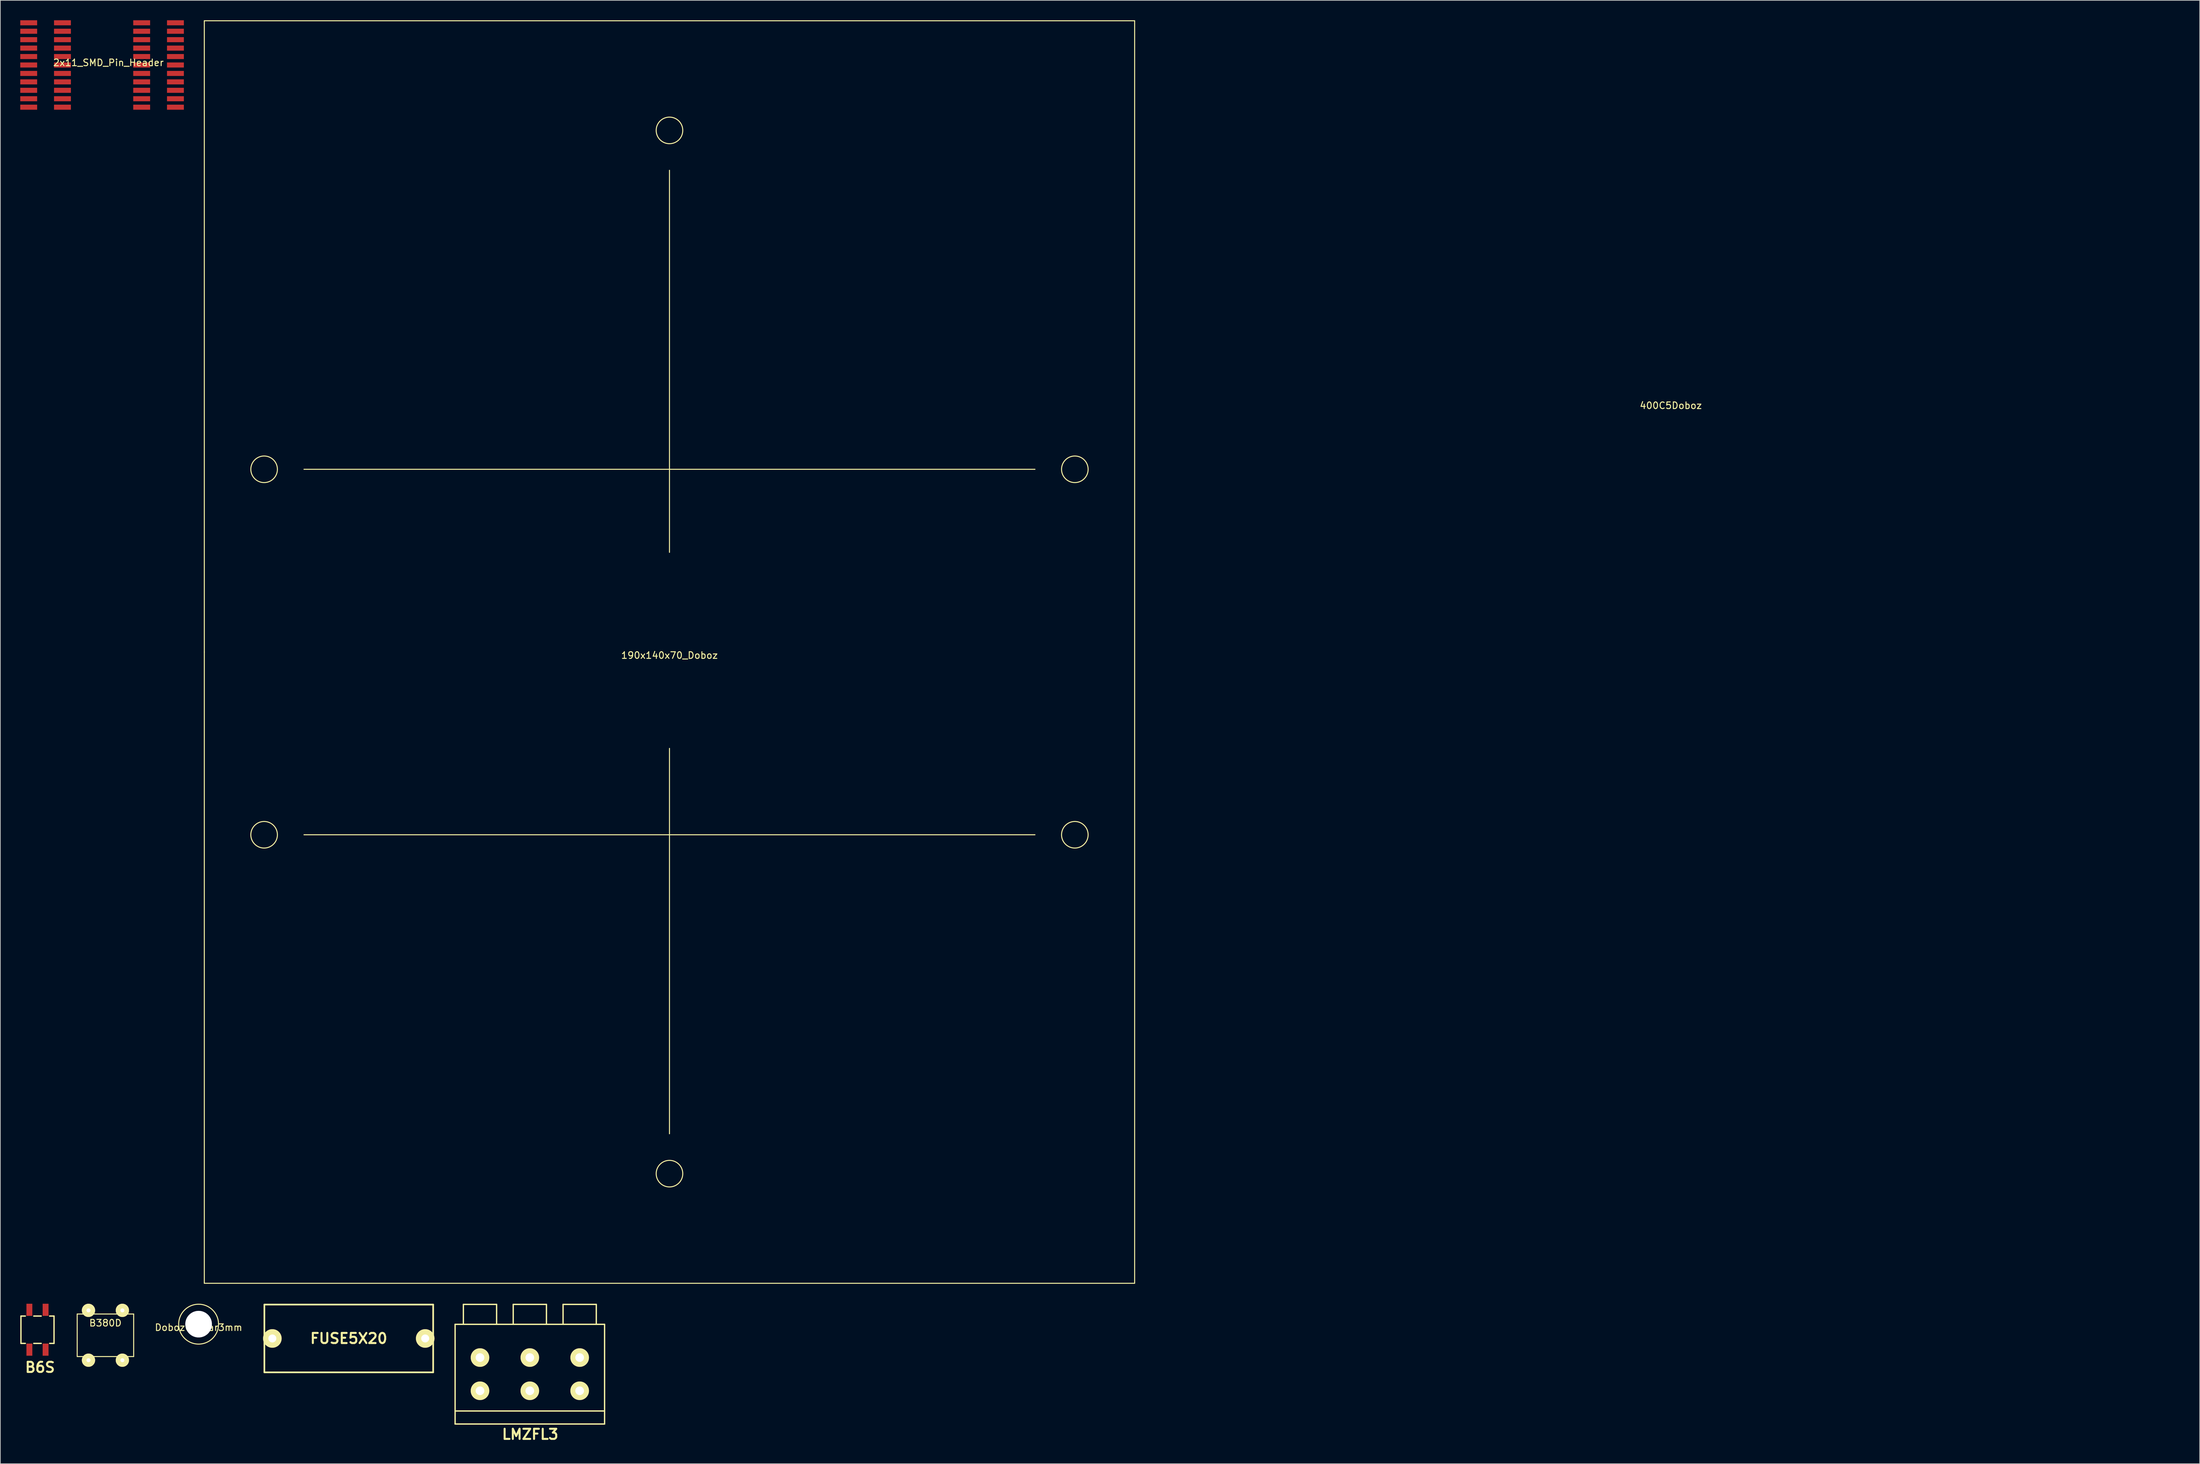
<source format=kicad_pcb>
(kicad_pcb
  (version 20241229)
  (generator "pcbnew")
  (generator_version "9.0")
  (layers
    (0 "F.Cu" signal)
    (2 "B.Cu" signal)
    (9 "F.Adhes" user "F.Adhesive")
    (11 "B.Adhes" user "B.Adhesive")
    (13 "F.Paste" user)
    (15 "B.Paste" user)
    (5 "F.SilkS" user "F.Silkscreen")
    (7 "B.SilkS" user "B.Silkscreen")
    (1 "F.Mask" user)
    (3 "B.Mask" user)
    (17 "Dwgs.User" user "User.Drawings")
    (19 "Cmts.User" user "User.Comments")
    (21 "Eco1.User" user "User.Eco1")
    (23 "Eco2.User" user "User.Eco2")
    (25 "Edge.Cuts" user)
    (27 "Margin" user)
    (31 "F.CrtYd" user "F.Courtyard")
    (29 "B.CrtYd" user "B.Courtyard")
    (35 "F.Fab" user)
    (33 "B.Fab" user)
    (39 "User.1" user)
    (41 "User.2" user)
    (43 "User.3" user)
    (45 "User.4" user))
  (footprint "LMZFL3"
    (layer "F.Cu")
    (at 76.683 203.752)
    (property "Reference" "LMZFL3" (at 0.051 9.05 0) (layer "F.SilkS") (effects (font (size 1.524 1.524) (thickness 0.305))))
    (attr through_hole)
    (fp_line (start -11.247 -7.501) (end 11.247 -7.501) (stroke (width 0.203) (type solid)) (layer "F.SilkS"))
    (fp_line (start -11.247 5.54) (end 11.247 5.54) (stroke (width 0.203) (type solid)) (layer "F.SilkS"))
    (fp_line (start -11.247 7.501) (end -11.247 -7.501) (stroke (width 0.203) (type solid)) (layer "F.SilkS"))
    (fp_line (start -11.247 7.501) (end 11.247 7.501) (stroke (width 0.203) (type solid)) (layer "F.SilkS"))
    (fp_line (start -10.003 -10.5) (end -5.001 -10.5) (stroke (width 0.203) (type solid)) (layer "F.SilkS"))
    (fp_line (start -10.003 -7.501) (end -10.003 -10.5) (stroke (width 0.203) (type solid)) (layer "F.SilkS"))
    (fp_line (start -5.001 -10.5) (end -5.001 -7.501) (stroke (width 0.203) (type solid)) (layer "F.SilkS"))
    (fp_line (start -2.502 -10.5) (end 2.499 -10.5) (stroke (width 0.203) (type solid)) (layer "F.SilkS"))
    (fp_line (start -2.502 -7.501) (end -2.502 -10.5) (stroke (width 0.203) (type solid)) (layer "F.SilkS"))
    (fp_line (start 2.499 -10.5) (end 2.499 -7.501) (stroke (width 0.203) (type solid)) (layer "F.SilkS"))
    (fp_line (start 4.999 -10.5) (end 10 -10.5) (stroke (width 0.203) (type solid)) (layer "F.SilkS"))
    (fp_line (start 4.999 -7.501) (end 4.999 -10.5) (stroke (width 0.203) (type solid)) (layer "F.SilkS"))
    (fp_line (start 10 -10.5) (end 10 -7.501) (stroke (width 0.203) (type solid)) (layer "F.SilkS"))
    (fp_line (start 11.247 -7.501) (end 11.247 7.501) (stroke (width 0.203) (type solid)) (layer "F.SilkS"))
    (pad "1" thru_hole circle (at -7.501 -2.499) (size 2.799 2.799) (drill 1.3) (layers "*.Cu" "*.Mask" "F.SilkS"))
    (pad "1" thru_hole circle (at -7.501 2.499) (size 2.799 2.799) (drill 1.3) (layers "*.Cu" "*.Mask" "F.SilkS"))
    (pad "2" thru_hole circle (at -0.003 -2.499) (size 2.799 2.799) (drill 1.3) (layers "*.Cu" "*.Mask" "F.SilkS"))
    (pad "2" thru_hole circle (at -0.003 2.499) (size 2.799 2.799) (drill 1.3) (layers "*.Cu" "*.Mask" "F.SilkS"))
    (pad "3" thru_hole circle (at 7.498 -2.499) (size 2.799 2.799) (drill 1.3) (layers "*.Cu" "*.Mask" "F.SilkS"))
    (pad "3" thru_hole circle (at 7.498 2.499) (size 2.799 2.799) (drill 1.3) (layers "*.Cu" "*.Mask" "F.SilkS")))
  (footprint "DobozCsavar3mm"
    (layer "F.Cu")
    (at 26.836 196.225)
    (property "Reference" "DobozCsavar3mm" (at 0 0.5 0) (layer "F.SilkS") (effects (font (size 1 1) (thickness 0.15))))
    (attr through_hole)
    (fp_circle (center 0 0) (end 3 0) (stroke (width 0.15) (type solid)) (fill no) (layer "F.SilkS"))
    (pad "1" thru_hole circle (at 0 0) (size 4 4) (drill 4) (layers "*.Cu" "*.Mask")))
  (footprint "FUSE5X20"
    (layer "F.Cu")
    (at 49.434 198.377)
    (property "Reference" "FUSE5X20" (at 0 0 0) (layer "F.SilkS") (effects (font (size 1.524 1.524) (thickness 0.305))))
    (attr through_hole)
    (fp_line (start -12.7 -5.1) (end 12.7 -5.1) (stroke (width 0.254) (type solid)) (layer "F.SilkS"))
    (fp_line (start -12.7 5.1) (end -12.7 -5.1) (stroke (width 0.254) (type solid)) (layer "F.SilkS"))
    (fp_line (start 12.7 -5.1) (end 12.7 5.1) (stroke (width 0.254) (type solid)) (layer "F.SilkS"))
    (fp_line (start 12.7 5.1) (end -12.7 5.1) (stroke (width 0.254) (type solid)) (layer "F.SilkS"))
    (pad "1" thru_hole circle (at -11.501 0) (size 2.799 2.799) (drill 1.199) (layers "*.Cu" "*.Mask" "F.SilkS"))
    (pad "2" thru_hole circle (at 11.501 0) (size 2.799 2.799) (drill 1.199) (layers "*.Cu" "*.Mask" "F.SilkS")))
  (footprint "B380D"
    (layer "F.Cu")
    (at 12.815 197.9)
    (property "Reference" "B380D" (at 0 -1.85 0) (layer "F.SilkS") (effects (font (size 1 1) (thickness 0.15))))
    (attr through_hole)
    (fp_line (start -4.25 -3.2) (end -4.25 3.2) (stroke (width 0.15) (type solid)) (layer "F.SilkS"))
    (fp_line (start -4.25 3.2) (end 4.25 3.2) (stroke (width 0.15) (type solid)) (layer "F.SilkS"))
    (fp_line (start 4.25 -3.2) (end -4.25 -3.2) (stroke (width 0.15) (type solid)) (layer "F.SilkS"))
    (fp_line (start 4.25 3.2) (end 4.25 -3.2) (stroke (width 0.15) (type solid)) (layer "F.SilkS"))
    (pad "1" thru_hole circle (at 2.55 3.75) (size 2 2) (drill 0.6) (layers "*.Cu" "*.Mask" "F.SilkS"))
    (pad "2" thru_hole circle (at -2.55 -3.75) (size 2 2) (drill 0.6) (layers "*.Cu" "*.Mask" "F.SilkS"))
    (pad "3" thru_hole circle (at -2.55 3.75) (size 2 2) (drill 0.6) (layers "*.Cu" "*.Mask" "F.SilkS"))
    (pad "4" thru_hole circle (at 2.55 -3.75) (size 2 2) (drill 0.6) (layers "*.Cu" "*.Mask" "F.SilkS")))
  (footprint "2x11_SMD_Pin_Header"
    (layer "F.Cu")
    (at 1.27 0.381)
    (property "Reference" "2x11_SMD_Pin_Header" (at 12 6 0) (layer "F.SilkS") (effects (font (size 1 1) (thickness 0.15))))
    (attr through_hole)
    (pad "1" smd rect (at 5.08 0) (size 2.54 0.762) (layers "F.Cu" "F.Mask" "F.Paste"))
    (pad "2" smd rect (at 0 0) (size 2.54 0.762) (layers "F.Cu" "F.Mask" "F.Paste"))
    (pad "3" smd rect (at 5.08 1.27) (size 2.54 0.762) (layers "F.Cu" "F.Mask" "F.Paste"))
    (pad "4" smd rect (at 0 1.27) (size 2.54 0.762) (layers "F.Cu" "F.Mask" "F.Paste"))
    (pad "5" smd rect (at 5.08 2.54) (size 2.54 0.762) (layers "F.Cu" "F.Mask" "F.Paste"))
    (pad "6" smd rect (at 0 2.54) (size 2.54 0.762) (layers "F.Cu" "F.Mask" "F.Paste"))
    (pad "7" smd rect (at 5.08 3.81) (size 2.54 0.762) (layers "F.Cu" "F.Mask" "F.Paste"))
    (pad "8" smd rect (at 0 3.81) (size 2.54 0.762) (layers "F.Cu" "F.Mask" "F.Paste"))
    (pad "9" smd rect (at 5.08 5.08) (size 2.54 0.762) (layers "F.Cu" "F.Mask" "F.Paste"))
    (pad "10" smd rect (at 0 5.08) (size 2.54 0.762) (layers "F.Cu" "F.Mask" "F.Paste"))
    (pad "11" smd rect (at 5.08 6.35) (size 2.54 0.762) (layers "F.Cu" "F.Mask" "F.Paste"))
    (pad "12" smd rect (at 0 6.35) (size 2.54 0.762) (layers "F.Cu" "F.Mask" "F.Paste"))
    (pad "13" smd rect (at 5.08 7.62) (size 2.54 0.762) (layers "F.Cu" "F.Mask" "F.Paste"))
    (pad "14" smd rect (at 0 7.62) (size 2.54 0.762) (layers "F.Cu" "F.Mask" "F.Paste"))
    (pad "15" smd rect (at 5.08 8.89) (size 2.54 0.762) (layers "F.Cu" "F.Mask" "F.Paste"))
    (pad "16" smd rect (at 0 8.89) (size 2.54 0.762) (layers "F.Cu" "F.Mask" "F.Paste"))
    (pad "17" smd rect (at 5.08 10.16) (size 2.54 0.762) (layers "F.Cu" "F.Mask" "F.Paste"))
    (pad "18" smd rect (at 0 10.16) (size 2.54 0.762) (layers "F.Cu" "F.Mask" "F.Paste"))
    (pad "19" smd rect (at 5.08 11.43) (size 2.54 0.762) (layers "F.Cu" "F.Mask" "F.Paste"))
    (pad "20" smd rect (at 0 11.43) (size 2.54 0.762) (layers "F.Cu" "F.Mask" "F.Paste"))
    (pad "21" smd rect (at 5.08 12.7) (size 2.54 0.762) (layers "F.Cu" "F.Mask" "F.Paste"))
    (pad "22" smd rect (at 0 12.7) (size 2.54 0.762) (layers "F.Cu" "F.Mask" "F.Paste"))
    (pad "23" smd rect (at 22.08 0) (size 2.54 0.762) (layers "F.Cu" "F.Mask" "F.Paste"))
    (pad "24" smd rect (at 17 0) (size 2.54 0.762) (layers "F.Cu" "F.Mask" "F.Paste"))
    (pad "25" smd rect (at 22.08 1.27) (size 2.54 0.762) (layers "F.Cu" "F.Mask" "F.Paste"))
    (pad "26" smd rect (at 17 1.27) (size 2.54 0.762) (layers "F.Cu" "F.Mask" "F.Paste"))
    (pad "27" smd rect (at 22.08 2.54) (size 2.54 0.762) (layers "F.Cu" "F.Mask" "F.Paste"))
    (pad "28" smd rect (at 17 2.54) (size 2.54 0.762) (layers "F.Cu" "F.Mask" "F.Paste"))
    (pad "29" smd rect (at 22.08 3.81) (size 2.54 0.762) (layers "F.Cu" "F.Mask" "F.Paste"))
    (pad "30" smd rect (at 17 3.81) (size 2.54 0.762) (layers "F.Cu" "F.Mask" "F.Paste"))
    (pad "31" smd rect (at 22.08 5.08) (size 2.54 0.762) (layers "F.Cu" "F.Mask" "F.Paste"))
    (pad "32" smd rect (at 17 5.08) (size 2.54 0.762) (layers "F.Cu" "F.Mask" "F.Paste"))
    (pad "33" smd rect (at 22.08 6.35) (size 2.54 0.762) (layers "F.Cu" "F.Mask" "F.Paste"))
    (pad "34" smd rect (at 17 6.35) (size 2.54 0.762) (layers "F.Cu" "F.Mask" "F.Paste"))
    (pad "35" smd rect (at 22.08 7.62) (size 2.54 0.762) (layers "F.Cu" "F.Mask" "F.Paste"))
    (pad "36" smd rect (at 17 7.62) (size 2.54 0.762) (layers "F.Cu" "F.Mask" "F.Paste"))
    (pad "37" smd rect (at 22.08 8.89) (size 2.54 0.762) (layers "F.Cu" "F.Mask" "F.Paste"))
    (pad "38" smd rect (at 17 8.89) (size 2.54 0.762) (layers "F.Cu" "F.Mask" "F.Paste"))
    (pad "39" smd rect (at 22.08 10.16) (size 2.54 0.762) (layers "F.Cu" "F.Mask" "F.Paste"))
    (pad "40" smd rect (at 17 10.16) (size 2.54 0.762) (layers "F.Cu" "F.Mask" "F.Paste"))
    (pad "41" smd rect (at 22.08 11.43) (size 2.54 0.762) (layers "F.Cu" "F.Mask" "F.Paste"))
    (pad "42" smd rect (at 17 11.43) (size 2.54 0.762) (layers "F.Cu" "F.Mask" "F.Paste"))
    (pad "43" smd rect (at 22.08 12.7) (size 2.54 0.762) (layers "F.Cu" "F.Mask" "F.Paste"))
    (pad "44" smd rect (at 17 12.7) (size 2.54 0.762) (layers "F.Cu" "F.Mask" "F.Paste")))
  (footprint "400C5Doboz"
    (layer "F.Cu")
    (at 247.87 57.1)
    (property "Reference" "400C5Doboz" (at 0.508 0.881 0) (layer "F.SilkS") (effects (font (size 1 1) (thickness 0.15))))
    (attr through_hole)
    (fp_line (start -77 -57) (end -77 57) (stroke (width 0.2) (type solid)) (layer "Eco1.User"))
    (fp_line (start -77 57) (end 77 57) (stroke (width 0.2) (type solid)) (layer "Eco1.User"))
    (fp_line (start -21.5 0) (end -77 0) (stroke (width 0.2) (type solid)) (layer "Eco1.User"))
    (fp_line (start -21.5 55) (end -21.5 -55) (stroke (width 0.2) (type solid)) (layer "Eco1.User"))
    (fp_line (start 21.5 0) (end 77 0) (stroke (width 0.2) (type solid)) (layer "Eco1.User"))
    (fp_line (start 21.5 55) (end 21.5 -55) (stroke (width 0.2) (type solid)) (layer "Eco1.User"))
    (fp_line (start 77 -57) (end -77 -57) (stroke (width 0.2) (type solid)) (layer "Eco1.User"))
    (fp_line (start 77 57) (end 77 -57) (stroke (width 0.2) (type solid)) (layer "Eco1.User")))
  (footprint "190x140x70_Doboz"
    (layer "F.Cu")
    (at 97.695 95.075)
    (property "Reference" "190x140x70_Doboz" (at 0 0.5 0) (layer "F.SilkS") (effects (font (size 1 1) (thickness 0.15))))
    (attr through_hole)
    (fp_line (start -70 -95) (end -70 0) (stroke (width 0.15) (type solid)) (layer "F.SilkS"))
    (fp_line (start -70 0) (end -70 95) (stroke (width 0.15) (type solid)) (layer "F.SilkS"))
    (fp_line (start -70 95) (end 70 95) (stroke (width 0.15) (type solid)) (layer "F.SilkS"))
    (fp_line (start -55 -27.5) (end 55 -27.5) (stroke (width 0.15) (type solid)) (layer "F.SilkS"))
    (fp_line (start -55 27.5) (end 55 27.5) (stroke (width 0.15) (type solid)) (layer "F.SilkS"))
    (fp_line (start 0 -15) (end 0 -72.5) (stroke (width 0.15) (type solid)) (layer "F.SilkS"))
    (fp_line (start 0 14.5) (end 0 72.5) (stroke (width 0.15) (type solid)) (layer "F.SilkS"))
    (fp_line (start 70 -95) (end -70 -95) (stroke (width 0.15) (type solid)) (layer "F.SilkS"))
    (fp_line (start 70 95) (end 70 -95) (stroke (width 0.15) (type solid)) (layer "F.SilkS"))
    (fp_circle (center -61 -27.5) (end -63 -27.5) (stroke (width 0.15) (type solid)) (fill no) (layer "F.SilkS"))
    (fp_circle (center -61 27.5) (end -59 27.5) (stroke (width 0.15) (type solid)) (fill no) (layer "F.SilkS"))
    (fp_circle (center 0 -78.5) (end 2 -78.5) (stroke (width 0.15) (type solid)) (fill no) (layer "F.SilkS"))
    (fp_circle (center 0 78.5) (end 2 78.5) (stroke (width 0.15) (type solid)) (fill no) (layer "F.SilkS"))
    (fp_circle (center 61 -27.5) (end 63 -27.5) (stroke (width 0.15) (type solid)) (fill no) (layer "F.SilkS"))
    (fp_circle (center 61 27.5) (end 63 27.5) (stroke (width 0.15) (type solid)) (fill no) (layer "F.SilkS")))
  (footprint "B6S"
    (layer "F.Cu")
    (at 2.591 197.062)
    (property "Reference" "B6S" (at 0.381 5.664 0) (layer "F.SilkS") (effects (font (size 1.524 1.524) (thickness 0.305))))
    (attr through_hole)
    (fp_line (start -2.489 -2.057) (end -2.489 2.057) (stroke (width 0.203) (type solid)) (layer "F.SilkS"))
    (fp_line (start -2.489 -2.057) (end -1.829 -2.057) (stroke (width 0.203) (type solid)) (layer "F.SilkS"))
    (fp_line (start -2.489 2.057) (end -1.829 2.057) (stroke (width 0.203) (type solid)) (layer "F.SilkS"))
    (fp_line (start -0.559 2.057) (end 0.559 2.057) (stroke (width 0.203) (type solid)) (layer "F.SilkS"))
    (fp_line (start 0.559 -2.057) (end -0.559 -2.057) (stroke (width 0.203) (type solid)) (layer "F.SilkS"))
    (fp_line (start 2.489 -2.057) (end 1.829 -2.057) (stroke (width 0.203) (type solid)) (layer "F.SilkS"))
    (fp_line (start 2.489 -2.057) (end 2.489 2.057) (stroke (width 0.203) (type solid)) (layer "F.SilkS"))
    (fp_line (start 2.489 2.057) (end 1.829 2.057) (stroke (width 0.203) (type solid)) (layer "F.SilkS"))
    (pad "1" smd rect (at -1.219 -2.997) (size 0.889 1.829) (layers "F.Cu" "F.Mask" "F.Paste"))
    (pad "2" smd rect (at -1.219 2.997) (size 0.889 1.829) (layers "F.Cu" "F.Mask" "F.Paste"))
    (pad "3" smd rect (at 1.219 -2.997) (size 0.889 1.829) (layers "F.Cu" "F.Mask" "F.Paste"))
    (pad "4" smd rect (at 1.219 2.997) (size 0.889 1.829) (layers "F.Cu" "F.Mask" "F.Paste")))
  (gr_rect
    (start -3 -3)
    (end 327.97 217.228)
    (stroke (width 0.1) (type default))
    (fill no)
    (layer "Edge.Cuts")))
</source>
